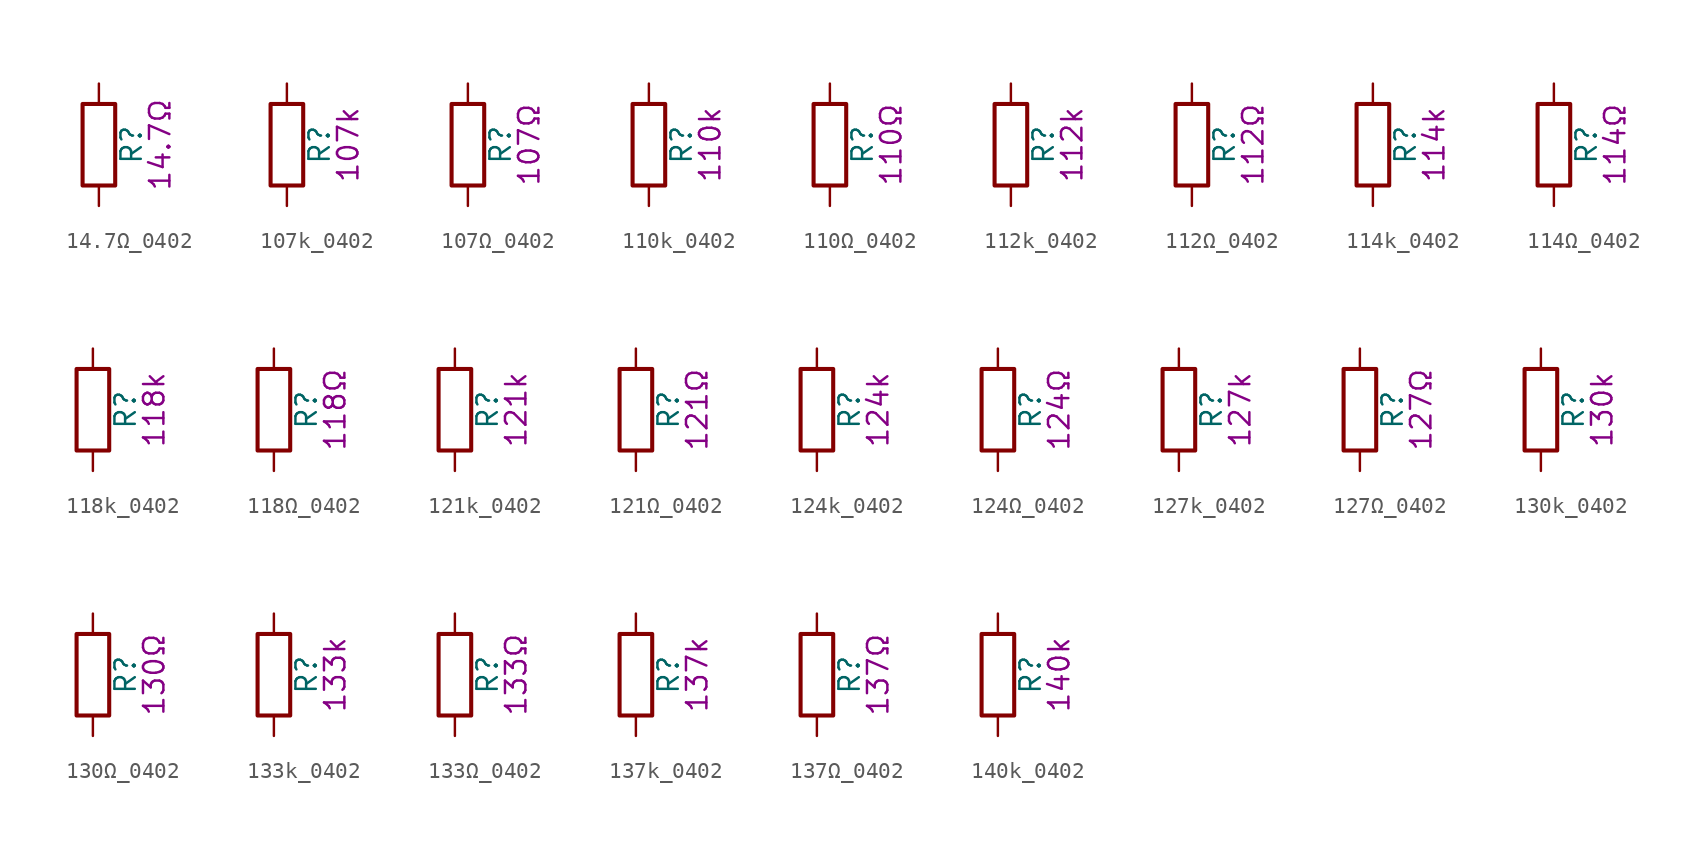
<source format=kicad_sym>
(kicad_symbol_lib
  (version 20211014)
  (generator kicad_symbol_editor)
  (symbol "14.7Ω_0402"
    (pin_numbers hide)
    (pin_names
      (offset 0))
    (property "Reference" "R"
      (at 2.032 0 90)
      (effects (font (size 1.27 1.27))))
    (property "Display" "14.7Ω"
      (at 3.81 0 90)
      (effects (font (size 1.27 1.27))))
    (symbol "14.7Ω_0402_0_1"
      (rectangle (start -1.016 -2.54) (end 1.016 2.54) (stroke (width 0.254) (type default) (color 0 0 0 0)) (fill (type none))))
    (symbol "14.7Ω_0402_1_1"
      (pin passive line (at 0 3.81 270) (length 1.27) (name "~" (effects (font (size 1.27 1.27)))) (number "1" (effects (font (size 1.27 1.27)))))
      (pin passive line (at 0 -3.81 90) (length 1.27) (name "~" (effects (font (size 1.27 1.27)))) (number "2" (effects (font (size 1.27 1.27)))))))
  (symbol "107k_0402"
    (pin_numbers hide)
    (pin_names
      (offset 0))
    (property "Reference" "R"
      (at 2.032 0 90)
      (effects (font (size 1.27 1.27))))
    (property "Display" "107k"
      (at 3.81 0 90)
      (effects (font (size 1.27 1.27))))
    (symbol "107k_0402_0_1"
      (rectangle (start -1.016 -2.54) (end 1.016 2.54) (stroke (width 0.254) (type default) (color 0 0 0 0)) (fill (type none))))
    (symbol "107k_0402_1_1"
      (pin passive line (at 0 3.81 270) (length 1.27) (name "~" (effects (font (size 1.27 1.27)))) (number "1" (effects (font (size 1.27 1.27)))))
      (pin passive line (at 0 -3.81 90) (length 1.27) (name "~" (effects (font (size 1.27 1.27)))) (number "2" (effects (font (size 1.27 1.27)))))))
  (symbol "107Ω_0402"
    (pin_numbers hide)
    (pin_names
      (offset 0))
    (property "Reference" "R"
      (at 2.032 0 90)
      (effects (font (size 1.27 1.27))))
    (property "Display" "107Ω"
      (at 3.81 0 90)
      (effects (font (size 1.27 1.27))))
    (symbol "107Ω_0402_0_1"
      (rectangle (start -1.016 -2.54) (end 1.016 2.54) (stroke (width 0.254) (type default) (color 0 0 0 0)) (fill (type none))))
    (symbol "107Ω_0402_1_1"
      (pin passive line (at 0 3.81 270) (length 1.27) (name "~" (effects (font (size 1.27 1.27)))) (number "1" (effects (font (size 1.27 1.27)))))
      (pin passive line (at 0 -3.81 90) (length 1.27) (name "~" (effects (font (size 1.27 1.27)))) (number "2" (effects (font (size 1.27 1.27)))))))
  (symbol "110k_0402"
    (pin_numbers hide)
    (pin_names
      (offset 0))
    (property "Reference" "R"
      (at 2.032 0 90)
      (effects (font (size 1.27 1.27))))
    (property "Display" "110k"
      (at 3.81 0 90)
      (effects (font (size 1.27 1.27))))
    (symbol "110k_0402_0_1"
      (rectangle (start -1.016 -2.54) (end 1.016 2.54) (stroke (width 0.254) (type default) (color 0 0 0 0)) (fill (type none))))
    (symbol "110k_0402_1_1"
      (pin passive line (at 0 3.81 270) (length 1.27) (name "~" (effects (font (size 1.27 1.27)))) (number "1" (effects (font (size 1.27 1.27)))))
      (pin passive line (at 0 -3.81 90) (length 1.27) (name "~" (effects (font (size 1.27 1.27)))) (number "2" (effects (font (size 1.27 1.27)))))))
  (symbol "110Ω_0402"
    (pin_numbers hide)
    (pin_names
      (offset 0))
    (property "Reference" "R"
      (at 2.032 0 90)
      (effects (font (size 1.27 1.27))))
    (property "Display" "110Ω"
      (at 3.81 0 90)
      (effects (font (size 1.27 1.27))))
    (symbol "110Ω_0402_0_1"
      (rectangle (start -1.016 -2.54) (end 1.016 2.54) (stroke (width 0.254) (type default) (color 0 0 0 0)) (fill (type none))))
    (symbol "110Ω_0402_1_1"
      (pin passive line (at 0 3.81 270) (length 1.27) (name "~" (effects (font (size 1.27 1.27)))) (number "1" (effects (font (size 1.27 1.27)))))
      (pin passive line (at 0 -3.81 90) (length 1.27) (name "~" (effects (font (size 1.27 1.27)))) (number "2" (effects (font (size 1.27 1.27)))))))
  (symbol "112k_0402"
    (pin_numbers hide)
    (pin_names
      (offset 0))
    (property "Reference" "R"
      (at 2.032 0 90)
      (effects (font (size 1.27 1.27))))
    (property "Display" "112k"
      (at 3.81 0 90)
      (effects (font (size 1.27 1.27))))
    (symbol "112k_0402_0_1"
      (rectangle (start -1.016 -2.54) (end 1.016 2.54) (stroke (width 0.254) (type default) (color 0 0 0 0)) (fill (type none))))
    (symbol "112k_0402_1_1"
      (pin passive line (at 0 3.81 270) (length 1.27) (name "~" (effects (font (size 1.27 1.27)))) (number "1" (effects (font (size 1.27 1.27)))))
      (pin passive line (at 0 -3.81 90) (length 1.27) (name "~" (effects (font (size 1.27 1.27)))) (number "2" (effects (font (size 1.27 1.27)))))))
  (symbol "112Ω_0402"
    (pin_numbers hide)
    (pin_names
      (offset 0))
    (property "Reference" "R"
      (at 2.032 0 90)
      (effects (font (size 1.27 1.27))))
    (property "Display" "112Ω"
      (at 3.81 0 90)
      (effects (font (size 1.27 1.27))))
    (symbol "112Ω_0402_0_1"
      (rectangle (start -1.016 -2.54) (end 1.016 2.54) (stroke (width 0.254) (type default) (color 0 0 0 0)) (fill (type none))))
    (symbol "112Ω_0402_1_1"
      (pin passive line (at 0 3.81 270) (length 1.27) (name "~" (effects (font (size 1.27 1.27)))) (number "1" (effects (font (size 1.27 1.27)))))
      (pin passive line (at 0 -3.81 90) (length 1.27) (name "~" (effects (font (size 1.27 1.27)))) (number "2" (effects (font (size 1.27 1.27)))))))
  (symbol "114k_0402"
    (pin_numbers hide)
    (pin_names
      (offset 0))
    (property "Reference" "R"
      (at 2.032 0 90)
      (effects (font (size 1.27 1.27))))
    (property "Display" "114k"
      (at 3.81 0 90)
      (effects (font (size 1.27 1.27))))
    (symbol "114k_0402_0_1"
      (rectangle (start -1.016 -2.54) (end 1.016 2.54) (stroke (width 0.254) (type default) (color 0 0 0 0)) (fill (type none))))
    (symbol "114k_0402_1_1"
      (pin passive line (at 0 3.81 270) (length 1.27) (name "~" (effects (font (size 1.27 1.27)))) (number "1" (effects (font (size 1.27 1.27)))))
      (pin passive line (at 0 -3.81 90) (length 1.27) (name "~" (effects (font (size 1.27 1.27)))) (number "2" (effects (font (size 1.27 1.27)))))))
  (symbol "114Ω_0402"
    (pin_numbers hide)
    (pin_names
      (offset 0))
    (property "Reference" "R"
      (at 2.032 0 90)
      (effects (font (size 1.27 1.27))))
    (property "Display" "114Ω"
      (at 3.81 0 90)
      (effects (font (size 1.27 1.27))))
    (symbol "114Ω_0402_0_1"
      (rectangle (start -1.016 -2.54) (end 1.016 2.54) (stroke (width 0.254) (type default) (color 0 0 0 0)) (fill (type none))))
    (symbol "114Ω_0402_1_1"
      (pin passive line (at 0 3.81 270) (length 1.27) (name "~" (effects (font (size 1.27 1.27)))) (number "1" (effects (font (size 1.27 1.27)))))
      (pin passive line (at 0 -3.81 90) (length 1.27) (name "~" (effects (font (size 1.27 1.27)))) (number "2" (effects (font (size 1.27 1.27)))))))
  (symbol "118k_0402"
    (pin_numbers hide)
    (pin_names
      (offset 0))
    (property "Reference" "R"
      (at 2.032 0 90)
      (effects (font (size 1.27 1.27))))
    (property "Display" "118k"
      (at 3.81 0 90)
      (effects (font (size 1.27 1.27))))
    (symbol "118k_0402_0_1"
      (rectangle (start -1.016 -2.54) (end 1.016 2.54) (stroke (width 0.254) (type default) (color 0 0 0 0)) (fill (type none))))
    (symbol "118k_0402_1_1"
      (pin passive line (at 0 3.81 270) (length 1.27) (name "~" (effects (font (size 1.27 1.27)))) (number "1" (effects (font (size 1.27 1.27)))))
      (pin passive line (at 0 -3.81 90) (length 1.27) (name "~" (effects (font (size 1.27 1.27)))) (number "2" (effects (font (size 1.27 1.27)))))))
  (symbol "118Ω_0402"
    (pin_numbers hide)
    (pin_names
      (offset 0))
    (property "Reference" "R"
      (at 2.032 0 90)
      (effects (font (size 1.27 1.27))))
    (property "Display" "118Ω"
      (at 3.81 0 90)
      (effects (font (size 1.27 1.27))))
    (symbol "118Ω_0402_0_1"
      (rectangle (start -1.016 -2.54) (end 1.016 2.54) (stroke (width 0.254) (type default) (color 0 0 0 0)) (fill (type none))))
    (symbol "118Ω_0402_1_1"
      (pin passive line (at 0 3.81 270) (length 1.27) (name "~" (effects (font (size 1.27 1.27)))) (number "1" (effects (font (size 1.27 1.27)))))
      (pin passive line (at 0 -3.81 90) (length 1.27) (name "~" (effects (font (size 1.27 1.27)))) (number "2" (effects (font (size 1.27 1.27)))))))
  (symbol "121k_0402"
    (pin_numbers hide)
    (pin_names
      (offset 0))
    (property "Reference" "R"
      (at 2.032 0 90)
      (effects (font (size 1.27 1.27))))
    (property "Display" "121k"
      (at 3.81 0 90)
      (effects (font (size 1.27 1.27))))
    (symbol "121k_0402_0_1"
      (rectangle (start -1.016 -2.54) (end 1.016 2.54) (stroke (width 0.254) (type default) (color 0 0 0 0)) (fill (type none))))
    (symbol "121k_0402_1_1"
      (pin passive line (at 0 3.81 270) (length 1.27) (name "~" (effects (font (size 1.27 1.27)))) (number "1" (effects (font (size 1.27 1.27)))))
      (pin passive line (at 0 -3.81 90) (length 1.27) (name "~" (effects (font (size 1.27 1.27)))) (number "2" (effects (font (size 1.27 1.27)))))))
  (symbol "121Ω_0402"
    (pin_numbers hide)
    (pin_names
      (offset 0))
    (property "Reference" "R"
      (at 2.032 0 90)
      (effects (font (size 1.27 1.27))))
    (property "Display" "121Ω"
      (at 3.81 0 90)
      (effects (font (size 1.27 1.27))))
    (symbol "121Ω_0402_0_1"
      (rectangle (start -1.016 -2.54) (end 1.016 2.54) (stroke (width 0.254) (type default) (color 0 0 0 0)) (fill (type none))))
    (symbol "121Ω_0402_1_1"
      (pin passive line (at 0 3.81 270) (length 1.27) (name "~" (effects (font (size 1.27 1.27)))) (number "1" (effects (font (size 1.27 1.27)))))
      (pin passive line (at 0 -3.81 90) (length 1.27) (name "~" (effects (font (size 1.27 1.27)))) (number "2" (effects (font (size 1.27 1.27)))))))
  (symbol "124k_0402"
    (pin_numbers hide)
    (pin_names
      (offset 0))
    (property "Reference" "R"
      (at 2.032 0 90)
      (effects (font (size 1.27 1.27))))
    (property "Display" "124k"
      (at 3.81 0 90)
      (effects (font (size 1.27 1.27))))
    (symbol "124k_0402_0_1"
      (rectangle (start -1.016 -2.54) (end 1.016 2.54) (stroke (width 0.254) (type default) (color 0 0 0 0)) (fill (type none))))
    (symbol "124k_0402_1_1"
      (pin passive line (at 0 3.81 270) (length 1.27) (name "~" (effects (font (size 1.27 1.27)))) (number "1" (effects (font (size 1.27 1.27)))))
      (pin passive line (at 0 -3.81 90) (length 1.27) (name "~" (effects (font (size 1.27 1.27)))) (number "2" (effects (font (size 1.27 1.27)))))))
  (symbol "124Ω_0402"
    (pin_numbers hide)
    (pin_names
      (offset 0))
    (property "Reference" "R"
      (at 2.032 0 90)
      (effects (font (size 1.27 1.27))))
    (property "Display" "124Ω"
      (at 3.81 0 90)
      (effects (font (size 1.27 1.27))))
    (symbol "124Ω_0402_0_1"
      (rectangle (start -1.016 -2.54) (end 1.016 2.54) (stroke (width 0.254) (type default) (color 0 0 0 0)) (fill (type none))))
    (symbol "124Ω_0402_1_1"
      (pin passive line (at 0 3.81 270) (length 1.27) (name "~" (effects (font (size 1.27 1.27)))) (number "1" (effects (font (size 1.27 1.27)))))
      (pin passive line (at 0 -3.81 90) (length 1.27) (name "~" (effects (font (size 1.27 1.27)))) (number "2" (effects (font (size 1.27 1.27)))))))
  (symbol "127k_0402"
    (pin_numbers hide)
    (pin_names
      (offset 0))
    (property "Reference" "R"
      (at 2.032 0 90)
      (effects (font (size 1.27 1.27))))
    (property "Display" "127k"
      (at 3.81 0 90)
      (effects (font (size 1.27 1.27))))
    (symbol "127k_0402_0_1"
      (rectangle (start -1.016 -2.54) (end 1.016 2.54) (stroke (width 0.254) (type default) (color 0 0 0 0)) (fill (type none))))
    (symbol "127k_0402_1_1"
      (pin passive line (at 0 3.81 270) (length 1.27) (name "~" (effects (font (size 1.27 1.27)))) (number "1" (effects (font (size 1.27 1.27)))))
      (pin passive line (at 0 -3.81 90) (length 1.27) (name "~" (effects (font (size 1.27 1.27)))) (number "2" (effects (font (size 1.27 1.27)))))))
  (symbol "127Ω_0402"
    (pin_numbers hide)
    (pin_names
      (offset 0))
    (property "Reference" "R"
      (at 2.032 0 90)
      (effects (font (size 1.27 1.27))))
    (property "Display" "127Ω"
      (at 3.81 0 90)
      (effects (font (size 1.27 1.27))))
    (symbol "127Ω_0402_0_1"
      (rectangle (start -1.016 -2.54) (end 1.016 2.54) (stroke (width 0.254) (type default) (color 0 0 0 0)) (fill (type none))))
    (symbol "127Ω_0402_1_1"
      (pin passive line (at 0 3.81 270) (length 1.27) (name "~" (effects (font (size 1.27 1.27)))) (number "1" (effects (font (size 1.27 1.27)))))
      (pin passive line (at 0 -3.81 90) (length 1.27) (name "~" (effects (font (size 1.27 1.27)))) (number "2" (effects (font (size 1.27 1.27)))))))
  (symbol "130k_0402"
    (pin_numbers hide)
    (pin_names
      (offset 0))
    (property "Reference" "R"
      (at 2.032 0 90)
      (effects (font (size 1.27 1.27))))
    (property "Display" "130k"
      (at 3.81 0 90)
      (effects (font (size 1.27 1.27))))
    (symbol "130k_0402_0_1"
      (rectangle (start -1.016 -2.54) (end 1.016 2.54) (stroke (width 0.254) (type default) (color 0 0 0 0)) (fill (type none))))
    (symbol "130k_0402_1_1"
      (pin passive line (at 0 3.81 270) (length 1.27) (name "~" (effects (font (size 1.27 1.27)))) (number "1" (effects (font (size 1.27 1.27)))))
      (pin passive line (at 0 -3.81 90) (length 1.27) (name "~" (effects (font (size 1.27 1.27)))) (number "2" (effects (font (size 1.27 1.27)))))))
  (symbol "130Ω_0402"
    (pin_numbers hide)
    (pin_names
      (offset 0))
    (property "Reference" "R"
      (at 2.032 0 90)
      (effects (font (size 1.27 1.27))))
    (property "Display" "130Ω"
      (at 3.81 0 90)
      (effects (font (size 1.27 1.27))))
    (symbol "130Ω_0402_0_1"
      (rectangle (start -1.016 -2.54) (end 1.016 2.54) (stroke (width 0.254) (type default) (color 0 0 0 0)) (fill (type none))))
    (symbol "130Ω_0402_1_1"
      (pin passive line (at 0 3.81 270) (length 1.27) (name "~" (effects (font (size 1.27 1.27)))) (number "1" (effects (font (size 1.27 1.27)))))
      (pin passive line (at 0 -3.81 90) (length 1.27) (name "~" (effects (font (size 1.27 1.27)))) (number "2" (effects (font (size 1.27 1.27)))))))
  (symbol "133k_0402"
    (pin_numbers hide)
    (pin_names
      (offset 0))
    (property "Reference" "R"
      (at 2.032 0 90)
      (effects (font (size 1.27 1.27))))
    (property "Display" "133k"
      (at 3.81 0 90)
      (effects (font (size 1.27 1.27))))
    (symbol "133k_0402_0_1"
      (rectangle (start -1.016 -2.54) (end 1.016 2.54) (stroke (width 0.254) (type default) (color 0 0 0 0)) (fill (type none))))
    (symbol "133k_0402_1_1"
      (pin passive line (at 0 3.81 270) (length 1.27) (name "~" (effects (font (size 1.27 1.27)))) (number "1" (effects (font (size 1.27 1.27)))))
      (pin passive line (at 0 -3.81 90) (length 1.27) (name "~" (effects (font (size 1.27 1.27)))) (number "2" (effects (font (size 1.27 1.27)))))))
  (symbol "133Ω_0402"
    (pin_numbers hide)
    (pin_names
      (offset 0))
    (property "Reference" "R"
      (at 2.032 0 90)
      (effects (font (size 1.27 1.27))))
    (property "Display" "133Ω"
      (at 3.81 0 90)
      (effects (font (size 1.27 1.27))))
    (symbol "133Ω_0402_0_1"
      (rectangle (start -1.016 -2.54) (end 1.016 2.54) (stroke (width 0.254) (type default) (color 0 0 0 0)) (fill (type none))))
    (symbol "133Ω_0402_1_1"
      (pin passive line (at 0 3.81 270) (length 1.27) (name "~" (effects (font (size 1.27 1.27)))) (number "1" (effects (font (size 1.27 1.27)))))
      (pin passive line (at 0 -3.81 90) (length 1.27) (name "~" (effects (font (size 1.27 1.27)))) (number "2" (effects (font (size 1.27 1.27)))))))
  (symbol "137k_0402"
    (pin_numbers hide)
    (pin_names
      (offset 0))
    (property "Reference" "R"
      (at 2.032 0 90)
      (effects (font (size 1.27 1.27))))
    (property "Display" "137k"
      (at 3.81 0 90)
      (effects (font (size 1.27 1.27))))
    (symbol "137k_0402_0_1"
      (rectangle (start -1.016 -2.54) (end 1.016 2.54) (stroke (width 0.254) (type default) (color 0 0 0 0)) (fill (type none))))
    (symbol "137k_0402_1_1"
      (pin passive line (at 0 3.81 270) (length 1.27) (name "~" (effects (font (size 1.27 1.27)))) (number "1" (effects (font (size 1.27 1.27)))))
      (pin passive line (at 0 -3.81 90) (length 1.27) (name "~" (effects (font (size 1.27 1.27)))) (number "2" (effects (font (size 1.27 1.27)))))))
  (symbol "137Ω_0402"
    (pin_numbers hide)
    (pin_names
      (offset 0))
    (property "Reference" "R"
      (at 2.032 0 90)
      (effects (font (size 1.27 1.27))))
    (property "Display" "137Ω"
      (at 3.81 0 90)
      (effects (font (size 1.27 1.27))))
    (symbol "137Ω_0402_0_1"
      (rectangle (start -1.016 -2.54) (end 1.016 2.54) (stroke (width 0.254) (type default) (color 0 0 0 0)) (fill (type none))))
    (symbol "137Ω_0402_1_1"
      (pin passive line (at 0 3.81 270) (length 1.27) (name "~" (effects (font (size 1.27 1.27)))) (number "1" (effects (font (size 1.27 1.27)))))
      (pin passive line (at 0 -3.81 90) (length 1.27) (name "~" (effects (font (size 1.27 1.27)))) (number "2" (effects (font (size 1.27 1.27)))))))
  (symbol "140k_0402"
    (pin_numbers hide)
    (pin_names
      (offset 0))
    (property "Reference" "R"
      (at 2.032 0 90)
      (effects (font (size 1.27 1.27))))
    (property "Display" "140k"
      (at 3.81 0 90)
      (effects (font (size 1.27 1.27))))
    (symbol "140k_0402_0_1"
      (rectangle (start -1.016 -2.54) (end 1.016 2.54) (stroke (width 0.254) (type default) (color 0 0 0 0)) (fill (type none))))
    (symbol "140k_0402_1_1"
      (pin passive line (at 0 3.81 270) (length 1.27) (name "~" (effects (font (size 1.27 1.27)))) (number "1" (effects (font (size 1.27 1.27)))))
      (pin passive line (at 0 -3.81 90) (length 1.27) (name "~" (effects (font (size 1.27 1.27)))) (number "2" (effects (font (size 1.27 1.27))))))))
</source>
